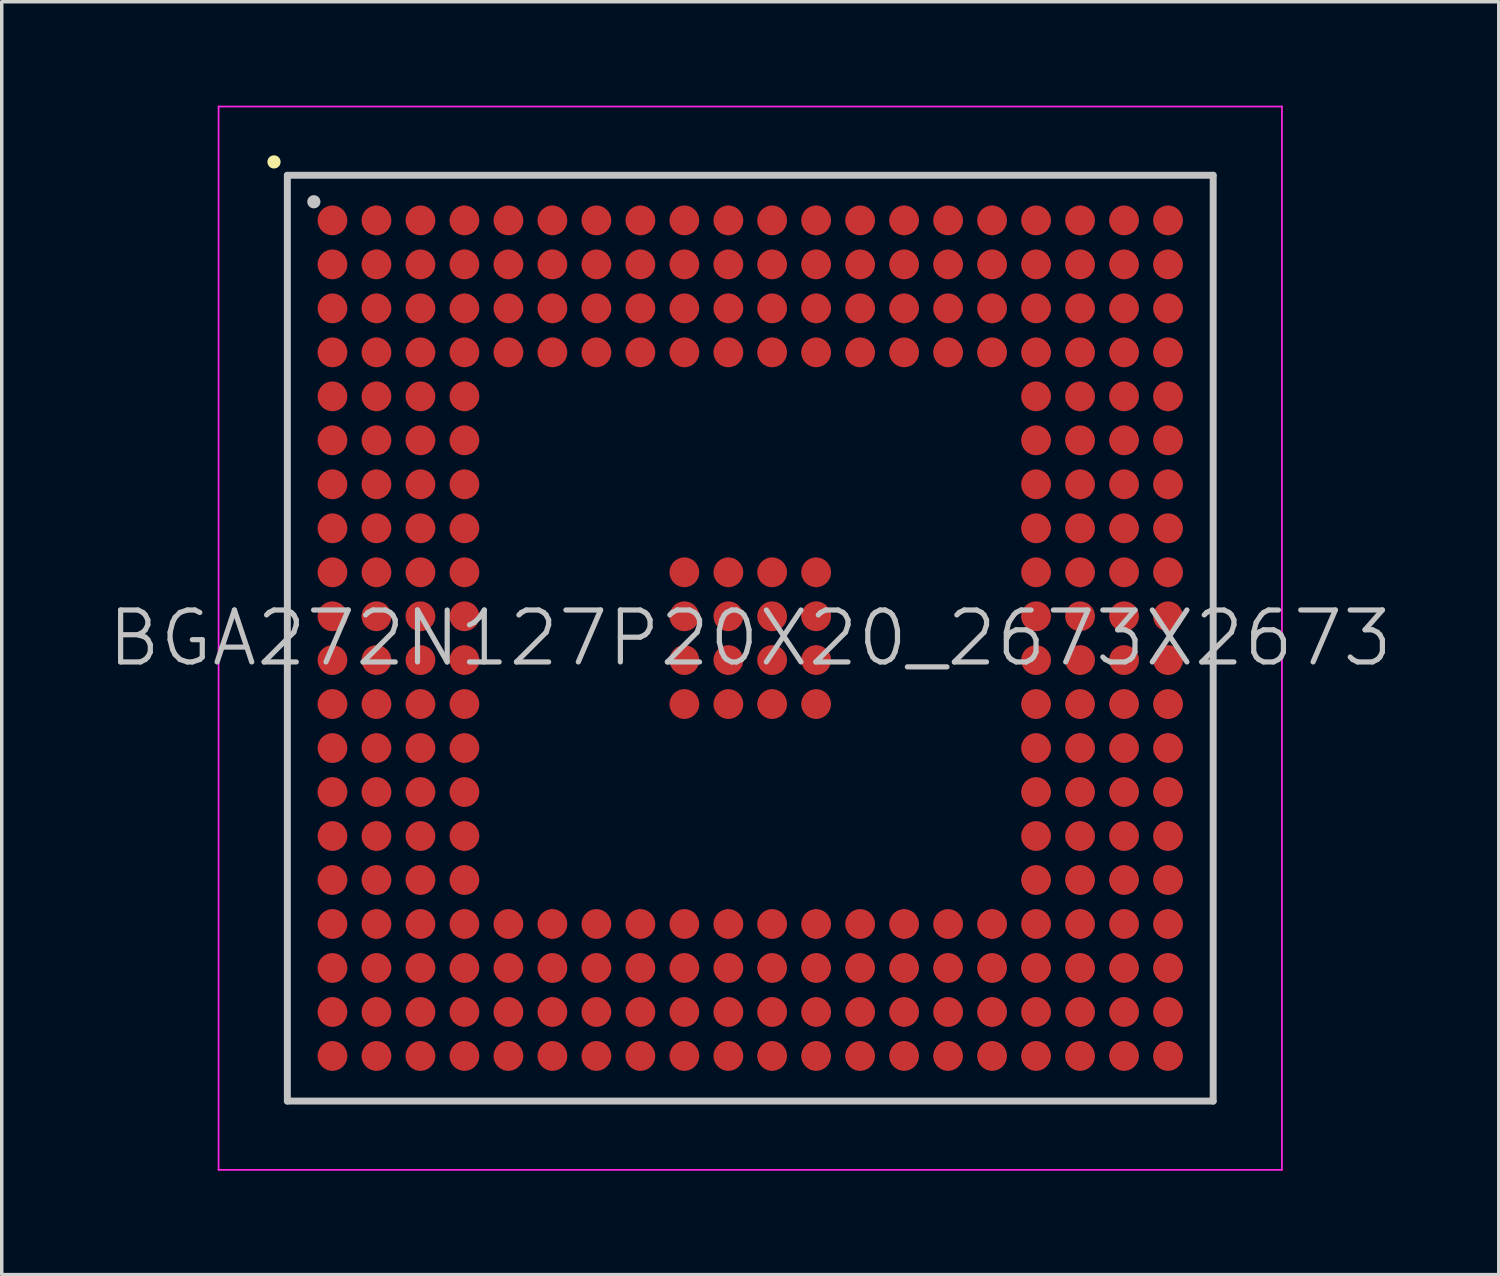
<source format=kicad_pcb>
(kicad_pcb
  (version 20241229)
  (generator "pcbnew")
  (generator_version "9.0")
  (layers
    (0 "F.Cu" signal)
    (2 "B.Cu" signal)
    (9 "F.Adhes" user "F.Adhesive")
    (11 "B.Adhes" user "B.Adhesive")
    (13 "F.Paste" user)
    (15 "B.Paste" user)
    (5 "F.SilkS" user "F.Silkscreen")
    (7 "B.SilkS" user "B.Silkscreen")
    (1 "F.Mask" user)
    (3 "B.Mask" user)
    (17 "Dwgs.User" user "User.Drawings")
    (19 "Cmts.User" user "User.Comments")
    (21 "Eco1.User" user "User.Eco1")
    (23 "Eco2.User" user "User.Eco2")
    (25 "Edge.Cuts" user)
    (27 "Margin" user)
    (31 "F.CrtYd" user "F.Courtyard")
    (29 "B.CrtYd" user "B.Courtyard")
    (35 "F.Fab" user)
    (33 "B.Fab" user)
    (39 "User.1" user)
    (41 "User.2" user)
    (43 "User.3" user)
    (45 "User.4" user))
  (footprint "BGA272N127P20X20_2673X2673"
    (layer "F.Cu")
    (at 18.611 15.375)
    (property "Reference" "BGA272N127P20X20_2673X2673" (at 0 0 0) (layer "Dwgs.User") (effects (font (size 1.5 1.5) (thickness 0.15))))
    (attr smd)
    (fp_line (start -13.75 -13.75) (end -13.75 -13.75) (stroke (width 0.381) (type solid)) (layer "F.SilkS"))
    (fp_line (start -13.365 -13.365) (end -13.365 13.365) (stroke (width 0.2) (type solid)) (layer "Dwgs.User"))
    (fp_line (start -13.365 -13.365) (end 13.365 -13.365) (stroke (width 0.2) (type solid)) (layer "Dwgs.User"))
    (fp_line (start -13.365 13.365) (end 13.365 13.365) (stroke (width 0.2) (type solid)) (layer "Dwgs.User"))
    (fp_line (start -12.6 -12.6) (end -12.6 -12.6) (stroke (width 0.381) (type solid)) (layer "Dwgs.User"))
    (fp_line (start 13.365 -13.365) (end 13.365 13.365) (stroke (width 0.2) (type solid)) (layer "Dwgs.User"))
    (fp_line (start -15.35 -15.35) (end -15.35 15.35) (stroke (width 0.05) (type solid)) (layer "F.CrtYd"))
    (fp_line (start -15.35 -15.35) (end 15.35 -15.35) (stroke (width 0.05) (type solid)) (layer "F.CrtYd"))
    (fp_line (start -15.35 15.35) (end 15.35 15.35) (stroke (width 0.05) (type solid)) (layer "F.CrtYd"))
    (fp_line (start 15.35 -15.35) (end 15.35 15.35) (stroke (width 0.05) (type solid)) (layer "F.CrtYd"))
    (pad "A1" smd circle (at -12.062 -12.062 270) (size 0.86 0.86) (layers "F.Cu" "F.Mask" "F.Paste"))
    (pad "A2" smd circle (at -10.792 -12.062 270) (size 0.86 0.86) (layers "F.Cu" "F.Mask" "F.Paste"))
    (pad "A3" smd circle (at -9.522 -12.062 270) (size 0.86 0.86) (layers "F.Cu" "F.Mask" "F.Paste"))
    (pad "A4" smd circle (at -8.252 -12.062 270) (size 0.86 0.86) (layers "F.Cu" "F.Mask" "F.Paste"))
    (pad "A5" smd circle (at -6.982 -12.062 270) (size 0.86 0.86) (layers "F.Cu" "F.Mask" "F.Paste"))
    (pad "A6" smd circle (at -5.712 -12.062 270) (size 0.86 0.86) (layers "F.Cu" "F.Mask" "F.Paste"))
    (pad "A7" smd circle (at -4.442 -12.062 270) (size 0.86 0.86) (layers "F.Cu" "F.Mask" "F.Paste"))
    (pad "A8" smd circle (at -3.172 -12.062 270) (size 0.86 0.86) (layers "F.Cu" "F.Mask" "F.Paste"))
    (pad "A9" smd circle (at -1.902 -12.062 270) (size 0.86 0.86) (layers "F.Cu" "F.Mask" "F.Paste"))
    (pad "A10" smd circle (at -0.632 -12.062 270) (size 0.86 0.86) (layers "F.Cu" "F.Mask" "F.Paste"))
    (pad "A11" smd circle (at 0.632 -12.062 270) (size 0.86 0.86) (layers "F.Cu" "F.Mask" "F.Paste"))
    (pad "A12" smd circle (at 1.902 -12.062 270) (size 0.86 0.86) (layers "F.Cu" "F.Mask" "F.Paste"))
    (pad "A13" smd circle (at 3.172 -12.062 270) (size 0.86 0.86) (layers "F.Cu" "F.Mask" "F.Paste"))
    (pad "A14" smd circle (at 4.442 -12.062 270) (size 0.86 0.86) (layers "F.Cu" "F.Mask" "F.Paste"))
    (pad "A15" smd circle (at 5.712 -12.062 270) (size 0.86 0.86) (layers "F.Cu" "F.Mask" "F.Paste"))
    (pad "A16" smd circle (at 6.982 -12.062 270) (size 0.86 0.86) (layers "F.Cu" "F.Mask" "F.Paste"))
    (pad "A17" smd circle (at 8.252 -12.062 270) (size 0.86 0.86) (layers "F.Cu" "F.Mask" "F.Paste"))
    (pad "A18" smd circle (at 9.522 -12.062 270) (size 0.86 0.86) (layers "F.Cu" "F.Mask" "F.Paste"))
    (pad "A19" smd circle (at 10.792 -12.062 270) (size 0.86 0.86) (layers "F.Cu" "F.Mask" "F.Paste"))
    (pad "A20" smd circle (at 12.062 -12.062 270) (size 0.86 0.86) (layers "F.Cu" "F.Mask" "F.Paste"))
    (pad "B1" smd circle (at -12.062 -10.792 270) (size 0.86 0.86) (layers "F.Cu" "F.Mask" "F.Paste"))
    (pad "B2" smd circle (at -10.792 -10.792 270) (size 0.86 0.86) (layers "F.Cu" "F.Mask" "F.Paste"))
    (pad "B3" smd circle (at -9.522 -10.792 270) (size 0.86 0.86) (layers "F.Cu" "F.Mask" "F.Paste"))
    (pad "B4" smd circle (at -8.252 -10.792 270) (size 0.86 0.86) (layers "F.Cu" "F.Mask" "F.Paste"))
    (pad "B5" smd circle (at -6.982 -10.792 270) (size 0.86 0.86) (layers "F.Cu" "F.Mask" "F.Paste"))
    (pad "B6" smd circle (at -5.712 -10.792 270) (size 0.86 0.86) (layers "F.Cu" "F.Mask" "F.Paste"))
    (pad "B7" smd circle (at -4.442 -10.792 270) (size 0.86 0.86) (layers "F.Cu" "F.Mask" "F.Paste"))
    (pad "B8" smd circle (at -3.172 -10.792 270) (size 0.86 0.86) (layers "F.Cu" "F.Mask" "F.Paste"))
    (pad "B9" smd circle (at -1.902 -10.792 270) (size 0.86 0.86) (layers "F.Cu" "F.Mask" "F.Paste"))
    (pad "B10" smd circle (at -0.632 -10.792 270) (size 0.86 0.86) (layers "F.Cu" "F.Mask" "F.Paste"))
    (pad "B11" smd circle (at 0.632 -10.792 270) (size 0.86 0.86) (layers "F.Cu" "F.Mask" "F.Paste"))
    (pad "B12" smd circle (at 1.902 -10.792 270) (size 0.86 0.86) (layers "F.Cu" "F.Mask" "F.Paste"))
    (pad "B13" smd circle (at 3.172 -10.792 270) (size 0.86 0.86) (layers "F.Cu" "F.Mask" "F.Paste"))
    (pad "B14" smd circle (at 4.442 -10.792 270) (size 0.86 0.86) (layers "F.Cu" "F.Mask" "F.Paste"))
    (pad "B15" smd circle (at 5.712 -10.792 270) (size 0.86 0.86) (layers "F.Cu" "F.Mask" "F.Paste"))
    (pad "B16" smd circle (at 6.982 -10.792 270) (size 0.86 0.86) (layers "F.Cu" "F.Mask" "F.Paste"))
    (pad "B17" smd circle (at 8.252 -10.792 270) (size 0.86 0.86) (layers "F.Cu" "F.Mask" "F.Paste"))
    (pad "B18" smd circle (at 9.522 -10.792 270) (size 0.86 0.86) (layers "F.Cu" "F.Mask" "F.Paste"))
    (pad "B19" smd circle (at 10.792 -10.792 270) (size 0.86 0.86) (layers "F.Cu" "F.Mask" "F.Paste"))
    (pad "B20" smd circle (at 12.062 -10.792 270) (size 0.86 0.86) (layers "F.Cu" "F.Mask" "F.Paste"))
    (pad "C1" smd circle (at -12.062 -9.522 270) (size 0.86 0.86) (layers "F.Cu" "F.Mask" "F.Paste"))
    (pad "C2" smd circle (at -10.792 -9.522 270) (size 0.86 0.86) (layers "F.Cu" "F.Mask" "F.Paste"))
    (pad "C3" smd circle (at -9.522 -9.522 270) (size 0.86 0.86) (layers "F.Cu" "F.Mask" "F.Paste"))
    (pad "C4" smd circle (at -8.252 -9.522 270) (size 0.86 0.86) (layers "F.Cu" "F.Mask" "F.Paste"))
    (pad "C5" smd circle (at -6.982 -9.522 270) (size 0.86 0.86) (layers "F.Cu" "F.Mask" "F.Paste"))
    (pad "C6" smd circle (at -5.712 -9.522 270) (size 0.86 0.86) (layers "F.Cu" "F.Mask" "F.Paste"))
    (pad "C7" smd circle (at -4.442 -9.522 270) (size 0.86 0.86) (layers "F.Cu" "F.Mask" "F.Paste"))
    (pad "C8" smd circle (at -3.172 -9.522 270) (size 0.86 0.86) (layers "F.Cu" "F.Mask" "F.Paste"))
    (pad "C9" smd circle (at -1.902 -9.522 270) (size 0.86 0.86) (layers "F.Cu" "F.Mask" "F.Paste"))
    (pad "C10" smd circle (at -0.632 -9.522 270) (size 0.86 0.86) (layers "F.Cu" "F.Mask" "F.Paste"))
    (pad "C11" smd circle (at 0.632 -9.522 270) (size 0.86 0.86) (layers "F.Cu" "F.Mask" "F.Paste"))
    (pad "C12" smd circle (at 1.902 -9.522 270) (size 0.86 0.86) (layers "F.Cu" "F.Mask" "F.Paste"))
    (pad "C13" smd circle (at 3.172 -9.522 270) (size 0.86 0.86) (layers "F.Cu" "F.Mask" "F.Paste"))
    (pad "C14" smd circle (at 4.442 -9.522 270) (size 0.86 0.86) (layers "F.Cu" "F.Mask" "F.Paste"))
    (pad "C15" smd circle (at 5.712 -9.522 270) (size 0.86 0.86) (layers "F.Cu" "F.Mask" "F.Paste"))
    (pad "C16" smd circle (at 6.982 -9.522 270) (size 0.86 0.86) (layers "F.Cu" "F.Mask" "F.Paste"))
    (pad "C17" smd circle (at 8.252 -9.522 270) (size 0.86 0.86) (layers "F.Cu" "F.Mask" "F.Paste"))
    (pad "C18" smd circle (at 9.522 -9.522 270) (size 0.86 0.86) (layers "F.Cu" "F.Mask" "F.Paste"))
    (pad "C19" smd circle (at 10.792 -9.522 270) (size 0.86 0.86) (layers "F.Cu" "F.Mask" "F.Paste"))
    (pad "C20" smd circle (at 12.062 -9.522 270) (size 0.86 0.86) (layers "F.Cu" "F.Mask" "F.Paste"))
    (pad "D1" smd circle (at -12.062 -8.252 270) (size 0.86 0.86) (layers "F.Cu" "F.Mask" "F.Paste"))
    (pad "D2" smd circle (at -10.792 -8.252 270) (size 0.86 0.86) (layers "F.Cu" "F.Mask" "F.Paste"))
    (pad "D3" smd circle (at -9.522 -8.252 270) (size 0.86 0.86) (layers "F.Cu" "F.Mask" "F.Paste"))
    (pad "D4" smd circle (at -8.252 -8.252 270) (size 0.86 0.86) (layers "F.Cu" "F.Mask" "F.Paste"))
    (pad "D5" smd circle (at -6.982 -8.252 270) (size 0.86 0.86) (layers "F.Cu" "F.Mask" "F.Paste"))
    (pad "D6" smd circle (at -5.712 -8.252 270) (size 0.86 0.86) (layers "F.Cu" "F.Mask" "F.Paste"))
    (pad "D7" smd circle (at -4.442 -8.252 270) (size 0.86 0.86) (layers "F.Cu" "F.Mask" "F.Paste"))
    (pad "D8" smd circle (at -3.172 -8.252 270) (size 0.86 0.86) (layers "F.Cu" "F.Mask" "F.Paste"))
    (pad "D9" smd circle (at -1.902 -8.252 270) (size 0.86 0.86) (layers "F.Cu" "F.Mask" "F.Paste"))
    (pad "D10" smd circle (at -0.632 -8.252 270) (size 0.86 0.86) (layers "F.Cu" "F.Mask" "F.Paste"))
    (pad "D11" smd circle (at 0.632 -8.252 270) (size 0.86 0.86) (layers "F.Cu" "F.Mask" "F.Paste"))
    (pad "D12" smd circle (at 1.902 -8.252 270) (size 0.86 0.86) (layers "F.Cu" "F.Mask" "F.Paste"))
    (pad "D13" smd circle (at 3.172 -8.252 270) (size 0.86 0.86) (layers "F.Cu" "F.Mask" "F.Paste"))
    (pad "D14" smd circle (at 4.442 -8.252 270) (size 0.86 0.86) (layers "F.Cu" "F.Mask" "F.Paste"))
    (pad "D15" smd circle (at 5.712 -8.252 270) (size 0.86 0.86) (layers "F.Cu" "F.Mask" "F.Paste"))
    (pad "D16" smd circle (at 6.982 -8.252 270) (size 0.86 0.86) (layers "F.Cu" "F.Mask" "F.Paste"))
    (pad "D17" smd circle (at 8.252 -8.252 270) (size 0.86 0.86) (layers "F.Cu" "F.Mask" "F.Paste"))
    (pad "D18" smd circle (at 9.522 -8.252 270) (size 0.86 0.86) (layers "F.Cu" "F.Mask" "F.Paste"))
    (pad "D19" smd circle (at 10.792 -8.252 270) (size 0.86 0.86) (layers "F.Cu" "F.Mask" "F.Paste"))
    (pad "D20" smd circle (at 12.062 -8.252 270) (size 0.86 0.86) (layers "F.Cu" "F.Mask" "F.Paste"))
    (pad "E1" smd circle (at -12.062 -6.982 270) (size 0.86 0.86) (layers "F.Cu" "F.Mask" "F.Paste"))
    (pad "E2" smd circle (at -10.792 -6.982 270) (size 0.86 0.86) (layers "F.Cu" "F.Mask" "F.Paste"))
    (pad "E3" smd circle (at -9.522 -6.982 270) (size 0.86 0.86) (layers "F.Cu" "F.Mask" "F.Paste"))
    (pad "E4" smd circle (at -8.252 -6.982 270) (size 0.86 0.86) (layers "F.Cu" "F.Mask" "F.Paste"))
    (pad "E17" smd circle (at 8.252 -6.982 270) (size 0.86 0.86) (layers "F.Cu" "F.Mask" "F.Paste"))
    (pad "E18" smd circle (at 9.522 -6.982 270) (size 0.86 0.86) (layers "F.Cu" "F.Mask" "F.Paste"))
    (pad "E19" smd circle (at 10.792 -6.982 270) (size 0.86 0.86) (layers "F.Cu" "F.Mask" "F.Paste"))
    (pad "E20" smd circle (at 12.062 -6.982 270) (size 0.86 0.86) (layers "F.Cu" "F.Mask" "F.Paste"))
    (pad "F1" smd circle (at -12.062 -5.712 270) (size 0.86 0.86) (layers "F.Cu" "F.Mask" "F.Paste"))
    (pad "F2" smd circle (at -10.792 -5.712 270) (size 0.86 0.86) (layers "F.Cu" "F.Mask" "F.Paste"))
    (pad "F3" smd circle (at -9.522 -5.712 270) (size 0.86 0.86) (layers "F.Cu" "F.Mask" "F.Paste"))
    (pad "F4" smd circle (at -8.252 -5.712 270) (size 0.86 0.86) (layers "F.Cu" "F.Mask" "F.Paste"))
    (pad "F17" smd circle (at 8.252 -5.712 270) (size 0.86 0.86) (layers "F.Cu" "F.Mask" "F.Paste"))
    (pad "F18" smd circle (at 9.522 -5.712 270) (size 0.86 0.86) (layers "F.Cu" "F.Mask" "F.Paste"))
    (pad "F19" smd circle (at 10.792 -5.712 270) (size 0.86 0.86) (layers "F.Cu" "F.Mask" "F.Paste"))
    (pad "F20" smd circle (at 12.062 -5.712 270) (size 0.86 0.86) (layers "F.Cu" "F.Mask" "F.Paste"))
    (pad "G1" smd circle (at -12.062 -4.442 270) (size 0.86 0.86) (layers "F.Cu" "F.Mask" "F.Paste"))
    (pad "G2" smd circle (at -10.792 -4.442 270) (size 0.86 0.86) (layers "F.Cu" "F.Mask" "F.Paste"))
    (pad "G3" smd circle (at -9.522 -4.442 270) (size 0.86 0.86) (layers "F.Cu" "F.Mask" "F.Paste"))
    (pad "G4" smd circle (at -8.252 -4.442 270) (size 0.86 0.86) (layers "F.Cu" "F.Mask" "F.Paste"))
    (pad "G17" smd circle (at 8.252 -4.442 270) (size 0.86 0.86) (layers "F.Cu" "F.Mask" "F.Paste"))
    (pad "G18" smd circle (at 9.522 -4.442 270) (size 0.86 0.86) (layers "F.Cu" "F.Mask" "F.Paste"))
    (pad "G19" smd circle (at 10.792 -4.442 270) (size 0.86 0.86) (layers "F.Cu" "F.Mask" "F.Paste"))
    (pad "G20" smd circle (at 12.062 -4.442 270) (size 0.86 0.86) (layers "F.Cu" "F.Mask" "F.Paste"))
    (pad "H1" smd circle (at -12.062 -3.172 270) (size 0.86 0.86) (layers "F.Cu" "F.Mask" "F.Paste"))
    (pad "H2" smd circle (at -10.792 -3.172 270) (size 0.86 0.86) (layers "F.Cu" "F.Mask" "F.Paste"))
    (pad "H3" smd circle (at -9.522 -3.172 270) (size 0.86 0.86) (layers "F.Cu" "F.Mask" "F.Paste"))
    (pad "H4" smd circle (at -8.252 -3.172 270) (size 0.86 0.86) (layers "F.Cu" "F.Mask" "F.Paste"))
    (pad "H17" smd circle (at 8.252 -3.172 270) (size 0.86 0.86) (layers "F.Cu" "F.Mask" "F.Paste"))
    (pad "H18" smd circle (at 9.522 -3.172 270) (size 0.86 0.86) (layers "F.Cu" "F.Mask" "F.Paste"))
    (pad "H19" smd circle (at 10.792 -3.172 270) (size 0.86 0.86) (layers "F.Cu" "F.Mask" "F.Paste"))
    (pad "H20" smd circle (at 12.062 -3.172 270) (size 0.86 0.86) (layers "F.Cu" "F.Mask" "F.Paste"))
    (pad "J1" smd circle (at -12.062 -1.902 270) (size 0.86 0.86) (layers "F.Cu" "F.Mask" "F.Paste"))
    (pad "J2" smd circle (at -10.792 -1.902 270) (size 0.86 0.86) (layers "F.Cu" "F.Mask" "F.Paste"))
    (pad "J3" smd circle (at -9.522 -1.902 270) (size 0.86 0.86) (layers "F.Cu" "F.Mask" "F.Paste"))
    (pad "J4" smd circle (at -8.252 -1.902 270) (size 0.86 0.86) (layers "F.Cu" "F.Mask" "F.Paste"))
    (pad "J9" smd circle (at -1.902 -1.902 270) (size 0.86 0.86) (layers "F.Cu" "F.Mask" "F.Paste"))
    (pad "J10" smd circle (at -0.632 -1.902 270) (size 0.86 0.86) (layers "F.Cu" "F.Mask" "F.Paste"))
    (pad "J11" smd circle (at 0.632 -1.902 270) (size 0.86 0.86) (layers "F.Cu" "F.Mask" "F.Paste"))
    (pad "J12" smd circle (at 1.902 -1.902 270) (size 0.86 0.86) (layers "F.Cu" "F.Mask" "F.Paste"))
    (pad "J17" smd circle (at 8.252 -1.902 270) (size 0.86 0.86) (layers "F.Cu" "F.Mask" "F.Paste"))
    (pad "J18" smd circle (at 9.522 -1.902 270) (size 0.86 0.86) (layers "F.Cu" "F.Mask" "F.Paste"))
    (pad "J19" smd circle (at 10.792 -1.902 270) (size 0.86 0.86) (layers "F.Cu" "F.Mask" "F.Paste"))
    (pad "J20" smd circle (at 12.062 -1.902 270) (size 0.86 0.86) (layers "F.Cu" "F.Mask" "F.Paste"))
    (pad "K1" smd circle (at -12.062 -0.632 270) (size 0.86 0.86) (layers "F.Cu" "F.Mask" "F.Paste"))
    (pad "K2" smd circle (at -10.792 -0.632 270) (size 0.86 0.86) (layers "F.Cu" "F.Mask" "F.Paste"))
    (pad "K3" smd circle (at -9.522 -0.632 270) (size 0.86 0.86) (layers "F.Cu" "F.Mask" "F.Paste"))
    (pad "K4" smd circle (at -8.252 -0.632 270) (size 0.86 0.86) (layers "F.Cu" "F.Mask" "F.Paste"))
    (pad "K9" smd circle (at -1.902 -0.632 270) (size 0.86 0.86) (layers "F.Cu" "F.Mask" "F.Paste"))
    (pad "K10" smd circle (at -0.632 -0.632 270) (size 0.86 0.86) (layers "F.Cu" "F.Mask" "F.Paste"))
    (pad "K11" smd circle (at 0.632 -0.632 270) (size 0.86 0.86) (layers "F.Cu" "F.Mask" "F.Paste"))
    (pad "K12" smd circle (at 1.902 -0.632 270) (size 0.86 0.86) (layers "F.Cu" "F.Mask" "F.Paste"))
    (pad "K17" smd circle (at 8.252 -0.632 270) (size 0.86 0.86) (layers "F.Cu" "F.Mask" "F.Paste"))
    (pad "K18" smd circle (at 9.522 -0.632 270) (size 0.86 0.86) (layers "F.Cu" "F.Mask" "F.Paste"))
    (pad "K19" smd circle (at 10.792 -0.632 270) (size 0.86 0.86) (layers "F.Cu" "F.Mask" "F.Paste"))
    (pad "K20" smd circle (at 12.062 -0.632 270) (size 0.86 0.86) (layers "F.Cu" "F.Mask" "F.Paste"))
    (pad "L1" smd circle (at -12.062 0.632 270) (size 0.86 0.86) (layers "F.Cu" "F.Mask" "F.Paste"))
    (pad "L2" smd circle (at -10.792 0.632 270) (size 0.86 0.86) (layers "F.Cu" "F.Mask" "F.Paste"))
    (pad "L3" smd circle (at -9.522 0.632 270) (size 0.86 0.86) (layers "F.Cu" "F.Mask" "F.Paste"))
    (pad "L4" smd circle (at -8.252 0.632 270) (size 0.86 0.86) (layers "F.Cu" "F.Mask" "F.Paste"))
    (pad "L9" smd circle (at -1.902 0.632 270) (size 0.86 0.86) (layers "F.Cu" "F.Mask" "F.Paste"))
    (pad "L10" smd circle (at -0.632 0.632 270) (size 0.86 0.86) (layers "F.Cu" "F.Mask" "F.Paste"))
    (pad "L11" smd circle (at 0.632 0.632 270) (size 0.86 0.86) (layers "F.Cu" "F.Mask" "F.Paste"))
    (pad "L12" smd circle (at 1.902 0.632 270) (size 0.86 0.86) (layers "F.Cu" "F.Mask" "F.Paste"))
    (pad "L17" smd circle (at 8.252 0.632 270) (size 0.86 0.86) (layers "F.Cu" "F.Mask" "F.Paste"))
    (pad "L18" smd circle (at 9.522 0.632 270) (size 0.86 0.86) (layers "F.Cu" "F.Mask" "F.Paste"))
    (pad "L19" smd circle (at 10.792 0.632 270) (size 0.86 0.86) (layers "F.Cu" "F.Mask" "F.Paste"))
    (pad "L20" smd circle (at 12.062 0.632 270) (size 0.86 0.86) (layers "F.Cu" "F.Mask" "F.Paste"))
    (pad "M1" smd circle (at -12.062 1.902 270) (size 0.86 0.86) (layers "F.Cu" "F.Mask" "F.Paste"))
    (pad "M2" smd circle (at -10.792 1.902 270) (size 0.86 0.86) (layers "F.Cu" "F.Mask" "F.Paste"))
    (pad "M3" smd circle (at -9.522 1.902 270) (size 0.86 0.86) (layers "F.Cu" "F.Mask" "F.Paste"))
    (pad "M4" smd circle (at -8.252 1.902 270) (size 0.86 0.86) (layers "F.Cu" "F.Mask" "F.Paste"))
    (pad "M9" smd circle (at -1.902 1.902 270) (size 0.86 0.86) (layers "F.Cu" "F.Mask" "F.Paste"))
    (pad "M10" smd circle (at -0.632 1.902 270) (size 0.86 0.86) (layers "F.Cu" "F.Mask" "F.Paste"))
    (pad "M11" smd circle (at 0.632 1.902 270) (size 0.86 0.86) (layers "F.Cu" "F.Mask" "F.Paste"))
    (pad "M12" smd circle (at 1.902 1.902 270) (size 0.86 0.86) (layers "F.Cu" "F.Mask" "F.Paste"))
    (pad "M17" smd circle (at 8.252 1.902 270) (size 0.86 0.86) (layers "F.Cu" "F.Mask" "F.Paste"))
    (pad "M18" smd circle (at 9.522 1.902 270) (size 0.86 0.86) (layers "F.Cu" "F.Mask" "F.Paste"))
    (pad "M19" smd circle (at 10.792 1.902 270) (size 0.86 0.86) (layers "F.Cu" "F.Mask" "F.Paste"))
    (pad "M20" smd circle (at 12.062 1.902 270) (size 0.86 0.86) (layers "F.Cu" "F.Mask" "F.Paste"))
    (pad "N1" smd circle (at -12.062 3.172 270) (size 0.86 0.86) (layers "F.Cu" "F.Mask" "F.Paste"))
    (pad "N2" smd circle (at -10.792 3.172 270) (size 0.86 0.86) (layers "F.Cu" "F.Mask" "F.Paste"))
    (pad "N3" smd circle (at -9.522 3.172 270) (size 0.86 0.86) (layers "F.Cu" "F.Mask" "F.Paste"))
    (pad "N4" smd circle (at -8.252 3.172 270) (size 0.86 0.86) (layers "F.Cu" "F.Mask" "F.Paste"))
    (pad "N17" smd circle (at 8.252 3.172 270) (size 0.86 0.86) (layers "F.Cu" "F.Mask" "F.Paste"))
    (pad "N18" smd circle (at 9.522 3.172 270) (size 0.86 0.86) (layers "F.Cu" "F.Mask" "F.Paste"))
    (pad "N19" smd circle (at 10.792 3.172 270) (size 0.86 0.86) (layers "F.Cu" "F.Mask" "F.Paste"))
    (pad "N20" smd circle (at 12.062 3.172 270) (size 0.86 0.86) (layers "F.Cu" "F.Mask" "F.Paste"))
    (pad "P1" smd circle (at -12.062 4.442 270) (size 0.86 0.86) (layers "F.Cu" "F.Mask" "F.Paste"))
    (pad "P2" smd circle (at -10.792 4.442 270) (size 0.86 0.86) (layers "F.Cu" "F.Mask" "F.Paste"))
    (pad "P3" smd circle (at -9.522 4.442 270) (size 0.86 0.86) (layers "F.Cu" "F.Mask" "F.Paste"))
    (pad "P4" smd circle (at -8.252 4.442 270) (size 0.86 0.86) (layers "F.Cu" "F.Mask" "F.Paste"))
    (pad "P17" smd circle (at 8.252 4.442 270) (size 0.86 0.86) (layers "F.Cu" "F.Mask" "F.Paste"))
    (pad "P18" smd circle (at 9.522 4.442 270) (size 0.86 0.86) (layers "F.Cu" "F.Mask" "F.Paste"))
    (pad "P19" smd circle (at 10.792 4.442 270) (size 0.86 0.86) (layers "F.Cu" "F.Mask" "F.Paste"))
    (pad "P20" smd circle (at 12.062 4.442 270) (size 0.86 0.86) (layers "F.Cu" "F.Mask" "F.Paste"))
    (pad "R1" smd circle (at -12.062 5.712 270) (size 0.86 0.86) (layers "F.Cu" "F.Mask" "F.Paste"))
    (pad "R2" smd circle (at -10.792 5.712 270) (size 0.86 0.86) (layers "F.Cu" "F.Mask" "F.Paste"))
    (pad "R3" smd circle (at -9.522 5.712 270) (size 0.86 0.86) (layers "F.Cu" "F.Mask" "F.Paste"))
    (pad "R4" smd circle (at -8.252 5.712 270) (size 0.86 0.86) (layers "F.Cu" "F.Mask" "F.Paste"))
    (pad "R17" smd circle (at 8.252 5.712 270) (size 0.86 0.86) (layers "F.Cu" "F.Mask" "F.Paste"))
    (pad "R18" smd circle (at 9.522 5.712 270) (size 0.86 0.86) (layers "F.Cu" "F.Mask" "F.Paste"))
    (pad "R19" smd circle (at 10.792 5.712 270) (size 0.86 0.86) (layers "F.Cu" "F.Mask" "F.Paste"))
    (pad "R20" smd circle (at 12.062 5.712 270) (size 0.86 0.86) (layers "F.Cu" "F.Mask" "F.Paste"))
    (pad "T1" smd circle (at -12.062 6.982 270) (size 0.86 0.86) (layers "F.Cu" "F.Mask" "F.Paste"))
    (pad "T2" smd circle (at -10.792 6.982 270) (size 0.86 0.86) (layers "F.Cu" "F.Mask" "F.Paste"))
    (pad "T3" smd circle (at -9.522 6.982 270) (size 0.86 0.86) (layers "F.Cu" "F.Mask" "F.Paste"))
    (pad "T4" smd circle (at -8.252 6.982 270) (size 0.86 0.86) (layers "F.Cu" "F.Mask" "F.Paste"))
    (pad "T17" smd circle (at 8.252 6.982 270) (size 0.86 0.86) (layers "F.Cu" "F.Mask" "F.Paste"))
    (pad "T18" smd circle (at 9.522 6.982 270) (size 0.86 0.86) (layers "F.Cu" "F.Mask" "F.Paste"))
    (pad "T19" smd circle (at 10.792 6.982 270) (size 0.86 0.86) (layers "F.Cu" "F.Mask" "F.Paste"))
    (pad "T20" smd circle (at 12.062 6.982 270) (size 0.86 0.86) (layers "F.Cu" "F.Mask" "F.Paste"))
    (pad "U1" smd circle (at -12.062 8.252 270) (size 0.86 0.86) (layers "F.Cu" "F.Mask" "F.Paste"))
    (pad "U2" smd circle (at -10.792 8.252 270) (size 0.86 0.86) (layers "F.Cu" "F.Mask" "F.Paste"))
    (pad "U3" smd circle (at -9.522 8.252 270) (size 0.86 0.86) (layers "F.Cu" "F.Mask" "F.Paste"))
    (pad "U4" smd circle (at -8.252 8.252 270) (size 0.86 0.86) (layers "F.Cu" "F.Mask" "F.Paste"))
    (pad "U5" smd circle (at -6.982 8.252 270) (size 0.86 0.86) (layers "F.Cu" "F.Mask" "F.Paste"))
    (pad "U6" smd circle (at -5.712 8.252 270) (size 0.86 0.86) (layers "F.Cu" "F.Mask" "F.Paste"))
    (pad "U7" smd circle (at -4.442 8.252 270) (size 0.86 0.86) (layers "F.Cu" "F.Mask" "F.Paste"))
    (pad "U8" smd circle (at -3.172 8.252 270) (size 0.86 0.86) (layers "F.Cu" "F.Mask" "F.Paste"))
    (pad "U9" smd circle (at -1.902 8.252 270) (size 0.86 0.86) (layers "F.Cu" "F.Mask" "F.Paste"))
    (pad "U10" smd circle (at -0.632 8.252 270) (size 0.86 0.86) (layers "F.Cu" "F.Mask" "F.Paste"))
    (pad "U11" smd circle (at 0.632 8.252 270) (size 0.86 0.86) (layers "F.Cu" "F.Mask" "F.Paste"))
    (pad "U12" smd circle (at 1.902 8.252 270) (size 0.86 0.86) (layers "F.Cu" "F.Mask" "F.Paste"))
    (pad "U13" smd circle (at 3.172 8.252 270) (size 0.86 0.86) (layers "F.Cu" "F.Mask" "F.Paste"))
    (pad "U14" smd circle (at 4.442 8.252 270) (size 0.86 0.86) (layers "F.Cu" "F.Mask" "F.Paste"))
    (pad "U15" smd circle (at 5.712 8.252 270) (size 0.86 0.86) (layers "F.Cu" "F.Mask" "F.Paste"))
    (pad "U16" smd circle (at 6.982 8.252 270) (size 0.86 0.86) (layers "F.Cu" "F.Mask" "F.Paste"))
    (pad "U17" smd circle (at 8.252 8.252 270) (size 0.86 0.86) (layers "F.Cu" "F.Mask" "F.Paste"))
    (pad "U18" smd circle (at 9.522 8.252 270) (size 0.86 0.86) (layers "F.Cu" "F.Mask" "F.Paste"))
    (pad "U19" smd circle (at 10.792 8.252 270) (size 0.86 0.86) (layers "F.Cu" "F.Mask" "F.Paste"))
    (pad "U20" smd circle (at 12.062 8.252 270) (size 0.86 0.86) (layers "F.Cu" "F.Mask" "F.Paste"))
    (pad "V1" smd circle (at -12.062 9.522 270) (size 0.86 0.86) (layers "F.Cu" "F.Mask" "F.Paste"))
    (pad "V2" smd circle (at -10.792 9.522 270) (size 0.86 0.86) (layers "F.Cu" "F.Mask" "F.Paste"))
    (pad "V3" smd circle (at -9.522 9.522 270) (size 0.86 0.86) (layers "F.Cu" "F.Mask" "F.Paste"))
    (pad "V4" smd circle (at -8.252 9.522 270) (size 0.86 0.86) (layers "F.Cu" "F.Mask" "F.Paste"))
    (pad "V5" smd circle (at -6.982 9.522 270) (size 0.86 0.86) (layers "F.Cu" "F.Mask" "F.Paste"))
    (pad "V6" smd circle (at -5.712 9.522 270) (size 0.86 0.86) (layers "F.Cu" "F.Mask" "F.Paste"))
    (pad "V7" smd circle (at -4.442 9.522 270) (size 0.86 0.86) (layers "F.Cu" "F.Mask" "F.Paste"))
    (pad "V8" smd circle (at -3.172 9.522 270) (size 0.86 0.86) (layers "F.Cu" "F.Mask" "F.Paste"))
    (pad "V9" smd circle (at -1.902 9.522 270) (size 0.86 0.86) (layers "F.Cu" "F.Mask" "F.Paste"))
    (pad "V10" smd circle (at -0.632 9.522 270) (size 0.86 0.86) (layers "F.Cu" "F.Mask" "F.Paste"))
    (pad "V11" smd circle (at 0.632 9.522 270) (size 0.86 0.86) (layers "F.Cu" "F.Mask" "F.Paste"))
    (pad "V12" smd circle (at 1.902 9.522 270) (size 0.86 0.86) (layers "F.Cu" "F.Mask" "F.Paste"))
    (pad "V13" smd circle (at 3.172 9.522 270) (size 0.86 0.86) (layers "F.Cu" "F.Mask" "F.Paste"))
    (pad "V14" smd circle (at 4.442 9.522 270) (size 0.86 0.86) (layers "F.Cu" "F.Mask" "F.Paste"))
    (pad "V15" smd circle (at 5.712 9.522 270) (size 0.86 0.86) (layers "F.Cu" "F.Mask" "F.Paste"))
    (pad "V16" smd circle (at 6.982 9.522 270) (size 0.86 0.86) (layers "F.Cu" "F.Mask" "F.Paste"))
    (pad "V17" smd circle (at 8.252 9.522 270) (size 0.86 0.86) (layers "F.Cu" "F.Mask" "F.Paste"))
    (pad "V18" smd circle (at 9.522 9.522 270) (size 0.86 0.86) (layers "F.Cu" "F.Mask" "F.Paste"))
    (pad "V19" smd circle (at 10.792 9.522 270) (size 0.86 0.86) (layers "F.Cu" "F.Mask" "F.Paste"))
    (pad "V20" smd circle (at 12.062 9.522 270) (size 0.86 0.86) (layers "F.Cu" "F.Mask" "F.Paste"))
    (pad "W1" smd circle (at -12.062 10.792 270) (size 0.86 0.86) (layers "F.Cu" "F.Mask" "F.Paste"))
    (pad "W2" smd circle (at -10.792 10.792 270) (size 0.86 0.86) (layers "F.Cu" "F.Mask" "F.Paste"))
    (pad "W3" smd circle (at -9.522 10.792 270) (size 0.86 0.86) (layers "F.Cu" "F.Mask" "F.Paste"))
    (pad "W4" smd circle (at -8.252 10.792 270) (size 0.86 0.86) (layers "F.Cu" "F.Mask" "F.Paste"))
    (pad "W5" smd circle (at -6.982 10.792 270) (size 0.86 0.86) (layers "F.Cu" "F.Mask" "F.Paste"))
    (pad "W6" smd circle (at -5.712 10.792 270) (size 0.86 0.86) (layers "F.Cu" "F.Mask" "F.Paste"))
    (pad "W7" smd circle (at -4.442 10.792 270) (size 0.86 0.86) (layers "F.Cu" "F.Mask" "F.Paste"))
    (pad "W8" smd circle (at -3.172 10.792 270) (size 0.86 0.86) (layers "F.Cu" "F.Mask" "F.Paste"))
    (pad "W9" smd circle (at -1.902 10.792 270) (size 0.86 0.86) (layers "F.Cu" "F.Mask" "F.Paste"))
    (pad "W10" smd circle (at -0.632 10.792 270) (size 0.86 0.86) (layers "F.Cu" "F.Mask" "F.Paste"))
    (pad "W11" smd circle (at 0.632 10.792 270) (size 0.86 0.86) (layers "F.Cu" "F.Mask" "F.Paste"))
    (pad "W12" smd circle (at 1.902 10.792 270) (size 0.86 0.86) (layers "F.Cu" "F.Mask" "F.Paste"))
    (pad "W13" smd circle (at 3.172 10.792 270) (size 0.86 0.86) (layers "F.Cu" "F.Mask" "F.Paste"))
    (pad "W14" smd circle (at 4.442 10.792 270) (size 0.86 0.86) (layers "F.Cu" "F.Mask" "F.Paste"))
    (pad "W15" smd circle (at 5.712 10.792 270) (size 0.86 0.86) (layers "F.Cu" "F.Mask" "F.Paste"))
    (pad "W16" smd circle (at 6.982 10.792 270) (size 0.86 0.86) (layers "F.Cu" "F.Mask" "F.Paste"))
    (pad "W17" smd circle (at 8.252 10.792 270) (size 0.86 0.86) (layers "F.Cu" "F.Mask" "F.Paste"))
    (pad "W18" smd circle (at 9.522 10.792 270) (size 0.86 0.86) (layers "F.Cu" "F.Mask" "F.Paste"))
    (pad "W19" smd circle (at 10.792 10.792 270) (size 0.86 0.86) (layers "F.Cu" "F.Mask" "F.Paste"))
    (pad "W20" smd circle (at 12.062 10.792 270) (size 0.86 0.86) (layers "F.Cu" "F.Mask" "F.Paste"))
    (pad "Y1" smd circle (at -12.062 12.062 270) (size 0.86 0.86) (layers "F.Cu" "F.Mask" "F.Paste"))
    (pad "Y2" smd circle (at -10.792 12.062 270) (size 0.86 0.86) (layers "F.Cu" "F.Mask" "F.Paste"))
    (pad "Y3" smd circle (at -9.522 12.062 270) (size 0.86 0.86) (layers "F.Cu" "F.Mask" "F.Paste"))
    (pad "Y4" smd circle (at -8.252 12.062 270) (size 0.86 0.86) (layers "F.Cu" "F.Mask" "F.Paste"))
    (pad "Y5" smd circle (at -6.982 12.062 270) (size 0.86 0.86) (layers "F.Cu" "F.Mask" "F.Paste"))
    (pad "Y6" smd circle (at -5.712 12.062 270) (size 0.86 0.86) (layers "F.Cu" "F.Mask" "F.Paste"))
    (pad "Y7" smd circle (at -4.442 12.062 270) (size 0.86 0.86) (layers "F.Cu" "F.Mask" "F.Paste"))
    (pad "Y8" smd circle (at -3.172 12.062 270) (size 0.86 0.86) (layers "F.Cu" "F.Mask" "F.Paste"))
    (pad "Y9" smd circle (at -1.902 12.062 270) (size 0.86 0.86) (layers "F.Cu" "F.Mask" "F.Paste"))
    (pad "Y10" smd circle (at -0.632 12.062 270) (size 0.86 0.86) (layers "F.Cu" "F.Mask" "F.Paste"))
    (pad "Y11" smd circle (at 0.632 12.062 270) (size 0.86 0.86) (layers "F.Cu" "F.Mask" "F.Paste"))
    (pad "Y12" smd circle (at 1.902 12.062 270) (size 0.86 0.86) (layers "F.Cu" "F.Mask" "F.Paste"))
    (pad "Y13" smd circle (at 3.172 12.062 270) (size 0.86 0.86) (layers "F.Cu" "F.Mask" "F.Paste"))
    (pad "Y14" smd circle (at 4.442 12.062 270) (size 0.86 0.86) (layers "F.Cu" "F.Mask" "F.Paste"))
    (pad "Y15" smd circle (at 5.712 12.062 270) (size 0.86 0.86) (layers "F.Cu" "F.Mask" "F.Paste"))
    (pad "Y16" smd circle (at 6.982 12.062 270) (size 0.86 0.86) (layers "F.Cu" "F.Mask" "F.Paste"))
    (pad "Y17" smd circle (at 8.252 12.062 270) (size 0.86 0.86) (layers "F.Cu" "F.Mask" "F.Paste"))
    (pad "Y18" smd circle (at 9.522 12.062 270) (size 0.86 0.86) (layers "F.Cu" "F.Mask" "F.Paste"))
    (pad "Y19" smd circle (at 10.792 12.062 270) (size 0.86 0.86) (layers "F.Cu" "F.Mask" "F.Paste"))
    (pad "Y20" smd circle (at 12.062 12.062 270) (size 0.86 0.86) (layers "F.Cu" "F.Mask" "F.Paste")))
  (gr_rect
    (start -3 -3)
    (end 40.221 33.75)
    (stroke (width 0.1) (type default))
    (fill no)
    (layer "Edge.Cuts")))
</source>
